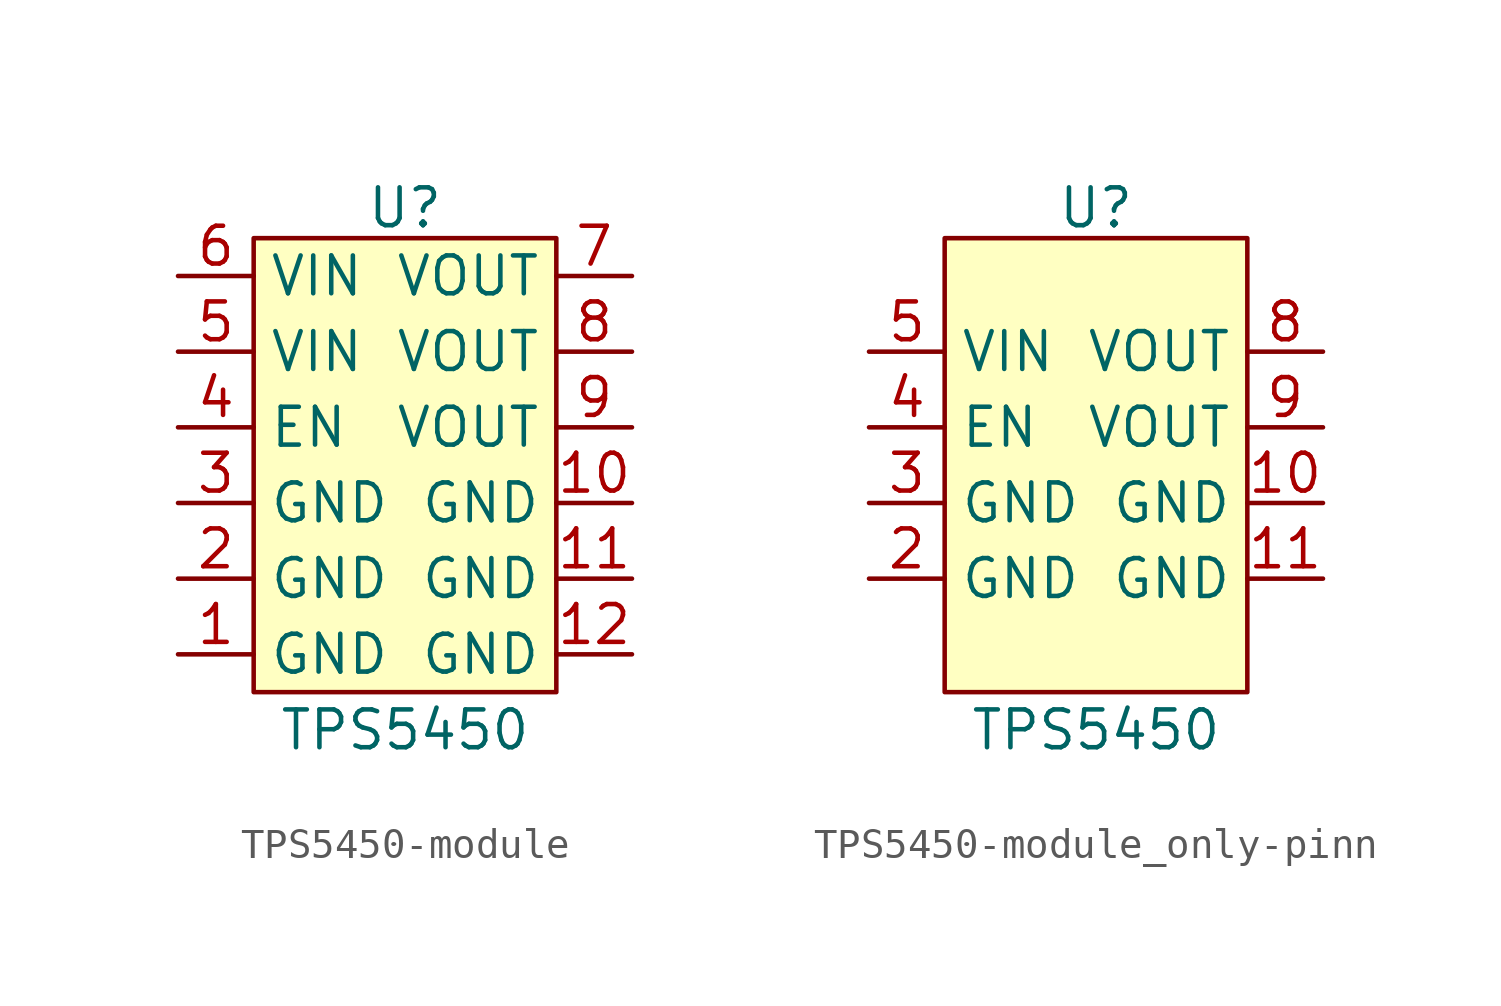
<source format=kicad_sym>
(kicad_symbol_lib
  (version 20231120)
  (generator "kicad_symbol_editor")
  (generator_version "8.0")
  (symbol "TPS5450-module"
    (property "Reference" "U"
      (at 0 8.636 0)
      (effects (font (size 1.27 1.27))))
    (property "Value" "TPS5450"
      (at 0 -8.89 0)
      (effects (font (size 1.27 1.27))))
    (symbol "TPS5450-module_1_1"
      (rectangle (start -5.08 7.62) (end 5.08 -7.62) (stroke (width 0) (type default)) (fill (type background)))
      (pin input line (at -7.62 -6.35 0) (length 2.54) (name "GND" (effects (font (size 1.27 1.27)))) (number "1" (effects (font (size 1.27 1.27)))))
      (pin input line (at 7.62 -1.27 180) (length 2.54) (name "GND" (effects (font (size 1.27 1.27)))) (number "10" (effects (font (size 1.27 1.27)))))
      (pin input line (at 7.62 -3.81 180) (length 2.54) (name "GND" (effects (font (size 1.27 1.27)))) (number "11" (effects (font (size 1.27 1.27)))))
      (pin input line (at 7.62 -6.35 180) (length 2.54) (name "GND" (effects (font (size 1.27 1.27)))) (number "12" (effects (font (size 1.27 1.27)))))
      (pin input line (at -7.62 -3.81 0) (length 2.54) (name "GND" (effects (font (size 1.27 1.27)))) (number "2" (effects (font (size 1.27 1.27)))))
      (pin input line (at -7.62 -1.27 0) (length 2.54) (name "GND" (effects (font (size 1.27 1.27)))) (number "3" (effects (font (size 1.27 1.27)))))
      (pin input line (at -7.62 1.27 0) (length 2.54) (name "EN" (effects (font (size 1.27 1.27)))) (number "4" (effects (font (size 1.27 1.27)))))
      (pin input line (at -7.62 3.81 0) (length 2.54) (name "VIN" (effects (font (size 1.27 1.27)))) (number "5" (effects (font (size 1.27 1.27)))))
      (pin input line (at -7.62 6.35 0) (length 2.54) (name "VIN" (effects (font (size 1.27 1.27)))) (number "6" (effects (font (size 1.27 1.27)))))
      (pin output line (at 7.62 6.35 180) (length 2.54) (name "VOUT" (effects (font (size 1.27 1.27)))) (number "7" (effects (font (size 1.27 1.27)))))
      (pin output line (at 7.62 3.81 180) (length 2.54) (name "VOUT" (effects (font (size 1.27 1.27)))) (number "8" (effects (font (size 1.27 1.27)))))
      (pin output line (at 7.62 1.27 180) (length 2.54) (name "VOUT" (effects (font (size 1.27 1.27)))) (number "9" (effects (font (size 1.27 1.27)))))))
  (symbol "TPS5450-module_only-pinn"
    (property "Reference" "U"
      (at 0 8.636 0)
      (effects (font (size 1.27 1.27))))
    (property "Value" "TPS5450"
      (at 0 -8.89 0)
      (effects (font (size 1.27 1.27))))
    (symbol "TPS5450-module_only-pinn_1_1"
      (rectangle (start -5.08 7.62) (end 5.08 -7.62) (stroke (width 0) (type default)) (fill (type background)))
      (pin input line (at 7.62 -1.27 180) (length 2.54) (name "GND" (effects (font (size 1.27 1.27)))) (number "10" (effects (font (size 1.27 1.27)))))
      (pin input line (at 7.62 -3.81 180) (length 2.54) (name "GND" (effects (font (size 1.27 1.27)))) (number "11" (effects (font (size 1.27 1.27)))))
      (pin input line (at -7.62 -3.81 0) (length 2.54) (name "GND" (effects (font (size 1.27 1.27)))) (number "2" (effects (font (size 1.27 1.27)))))
      (pin input line (at -7.62 -1.27 0) (length 2.54) (name "GND" (effects (font (size 1.27 1.27)))) (number "3" (effects (font (size 1.27 1.27)))))
      (pin input line (at -7.62 1.27 0) (length 2.54) (name "EN" (effects (font (size 1.27 1.27)))) (number "4" (effects (font (size 1.27 1.27)))))
      (pin input line (at -7.62 3.81 0) (length 2.54) (name "VIN" (effects (font (size 1.27 1.27)))) (number "5" (effects (font (size 1.27 1.27)))))
      (pin output line (at 7.62 3.81 180) (length 2.54) (name "VOUT" (effects (font (size 1.27 1.27)))) (number "8" (effects (font (size 1.27 1.27)))))
      (pin output line (at 7.62 1.27 180) (length 2.54) (name "VOUT" (effects (font (size 1.27 1.27)))) (number "9" (effects (font (size 1.27 1.27))))))))
</source>
